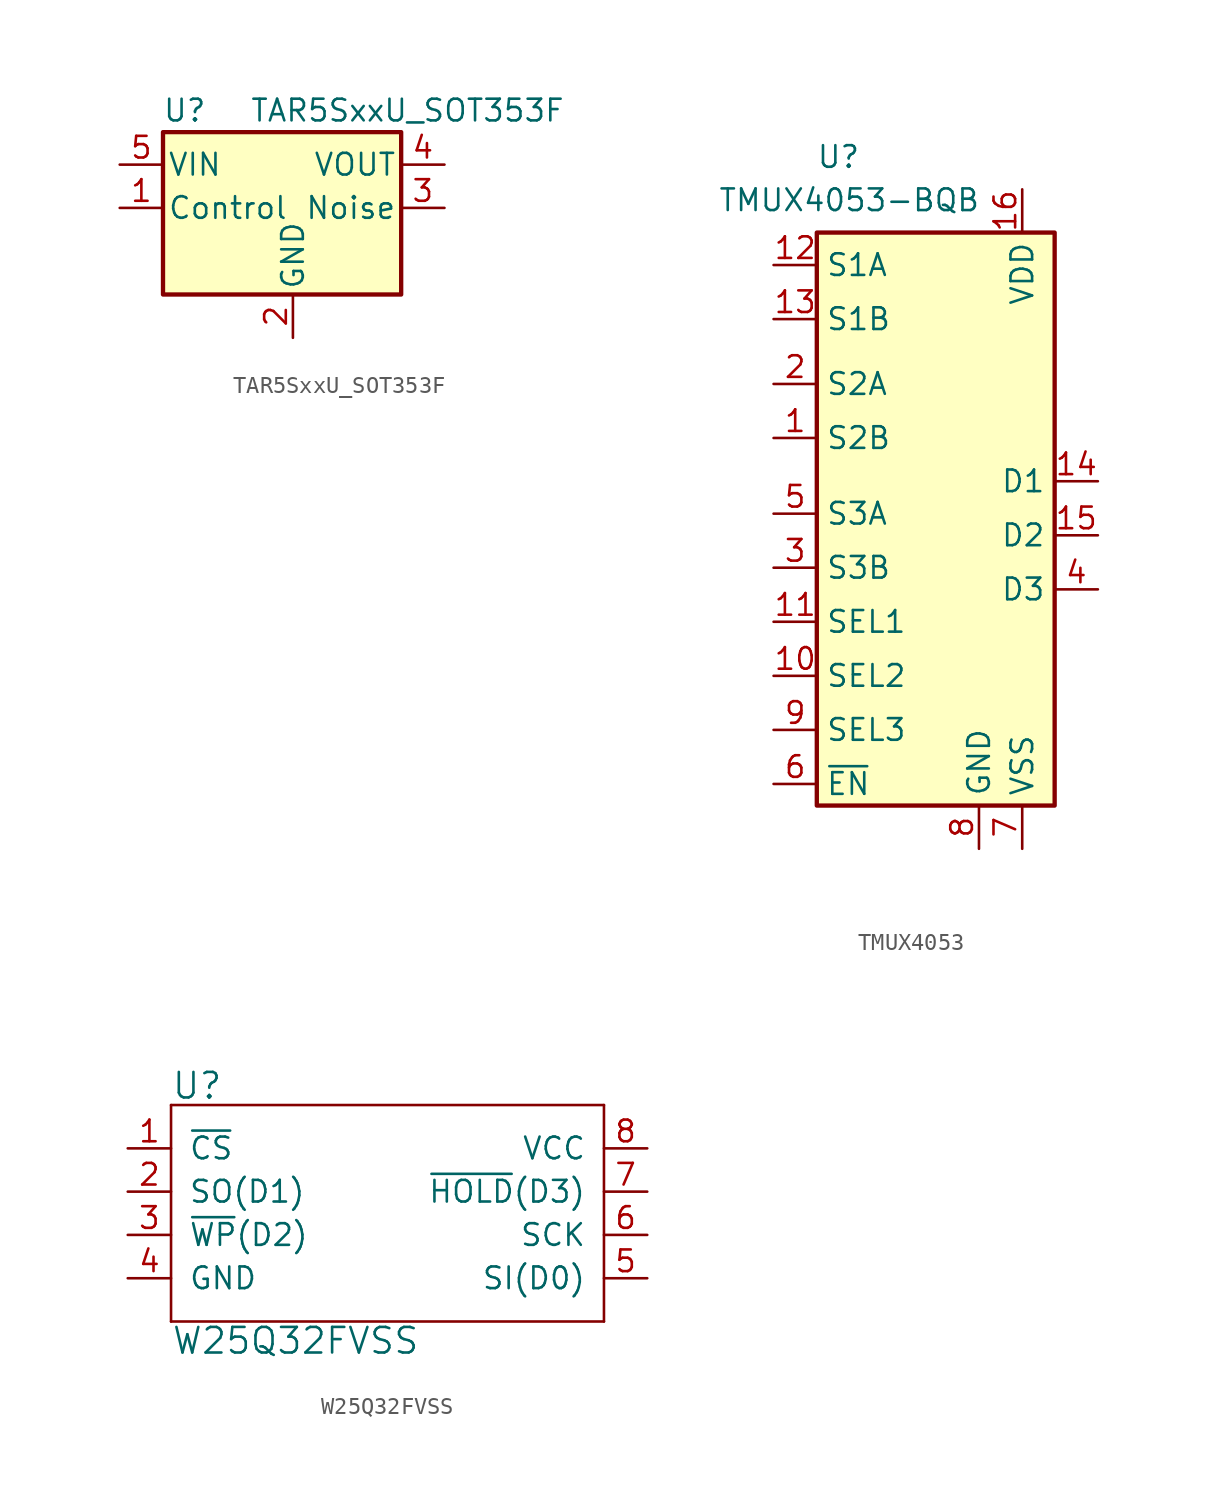
<source format=kicad_sym>
(kicad_symbol_lib
  (version 20231120)
  (generator "kicad_symbol_editor")
  (generator_version "8.0")
  (symbol "TAR5SxxU_SOT353F"
    (pin_names
      (offset 0.254))
    (property "Reference" "U"
      (at -3.81 5.715 0)
      (effects (font (size 1.27 1.27))))
    (property "Value" "TAR5SxxU_SOT353F"
      (at 0 5.715 0)
      (effects (font (size 1.27 1.27)) (justify left)))
    (symbol "TAR5SxxU_SOT353F_0_1"
      (rectangle (start -5.08 4.445) (end 8.89 -5.08) (stroke (width 0.254) (type default)) (fill (type background))))
    (symbol "TAR5SxxU_SOT353F_1_1"
      (pin input line (at -7.62 0 0) (length 2.54) (name "Control" (effects (font (size 1.27 1.27)))) (number "1" (effects (font (size 1.27 1.27)))))
      (pin power_in line (at 2.54 -7.62 90) (length 2.54) (name "GND" (effects (font (size 1.27 1.27)))) (number "2" (effects (font (size 1.27 1.27)))))
      (pin passive line (at 11.43 0 180) (length 2.54) (name "Noise" (effects (font (size 1.27 1.27)))) (number "3" (effects (font (size 1.27 1.27)))))
      (pin power_out line (at 11.43 2.54 180) (length 2.54) (name "VOUT" (effects (font (size 1.27 1.27)))) (number "4" (effects (font (size 1.27 1.27)))))
      (pin power_in line (at -7.62 2.54 0) (length 2.54) (name "VIN" (effects (font (size 1.27 1.27)))) (number "5" (effects (font (size 1.27 1.27)))))))
  (symbol "TMUX4053"
    (property "Reference" "U"
      (at -5.08 38.1 0)
      (effects (font (size 1.27 1.27))))
    (property "Value" "TMUX4053-BQB"
      (at -4.445 35.56 0)
      (effects (font (size 1.27 1.27))))
    (symbol "TMUX4053_0_1"
      (rectangle (start -6.35 33.655) (end 7.62 0) (stroke (width 0.254) (type default)) (fill (type background))))
    (symbol "TMUX4053_1_1"
      (pin bidirectional line (at -8.89 21.59 0) (length 2.54) (name "S2B" (effects (font (size 1.27 1.27)))) (number "1" (effects (font (size 1.27 1.27)))))
      (pin input line (at -8.89 7.62 0) (length 2.54) (name "SEL2" (effects (font (size 1.27 1.27)))) (number "10" (effects (font (size 1.27 1.27)))))
      (pin input line (at -8.89 10.795 0) (length 2.54) (name "SEL1" (effects (font (size 1.27 1.27)))) (number "11" (effects (font (size 1.27 1.27)))))
      (pin bidirectional line (at -8.89 31.75 0) (length 2.54) (name "S1A" (effects (font (size 1.27 1.27)))) (number "12" (effects (font (size 1.27 1.27)))))
      (pin bidirectional line (at -8.89 28.575 0) (length 2.54) (name "S1B" (effects (font (size 1.27 1.27)))) (number "13" (effects (font (size 1.27 1.27)))))
      (pin bidirectional line (at 10.16 19.05 180) (length 2.54) (name "D1" (effects (font (size 1.27 1.27)))) (number "14" (effects (font (size 1.27 1.27)))))
      (pin bidirectional line (at 10.16 15.875 180) (length 2.54) (name "D2" (effects (font (size 1.27 1.27)))) (number "15" (effects (font (size 1.27 1.27)))))
      (pin power_in line (at 5.715 36.195 270) (length 2.54) (name "VDD" (effects (font (size 1.27 1.27)))) (number "16" (effects (font (size 1.27 1.27)))))
      (pin bidirectional line (at -8.89 24.765 0) (length 2.54) (name "S2A" (effects (font (size 1.27 1.27)))) (number "2" (effects (font (size 1.27 1.27)))))
      (pin bidirectional line (at -8.89 13.97 0) (length 2.54) (name "S3B" (effects (font (size 1.27 1.27)))) (number "3" (effects (font (size 1.27 1.27)))))
      (pin bidirectional line (at 10.16 12.7 180) (length 2.54) (name "D3" (effects (font (size 1.27 1.27)))) (number "4" (effects (font (size 1.27 1.27)))))
      (pin bidirectional line (at -8.89 17.145 0) (length 2.54) (name "S3A" (effects (font (size 1.27 1.27)))) (number "5" (effects (font (size 1.27 1.27)))))
      (pin input line (at -8.89 1.27 0) (length 2.54) (name "~{EN}" (effects (font (size 1.27 1.27)))) (number "6" (effects (font (size 1.27 1.27)))))
      (pin power_in line (at 5.715 -2.54 90) (length 2.54) (name "VSS" (effects (font (size 1.27 1.27)))) (number "7" (effects (font (size 1.27 1.27)))))
      (pin power_in line (at 3.175 -2.54 90) (length 2.54) (name "GND" (effects (font (size 1.27 1.27)))) (number "8" (effects (font (size 1.27 1.27)))))
      (pin input line (at -8.89 4.445 0) (length 2.54) (name "SEL3" (effects (font (size 1.27 1.27)))) (number "9" (effects (font (size 1.27 1.27)))))))
  (symbol "W25Q32FVSS"
    (pin_names
      (offset 1.016))
    (property "Reference" "U"
      (at -12.7 5.334 0)
      (effects (font (size 1.499 1.499)) (justify left bottom)))
    (property "Value" "W25Q32FVSS"
      (at -12.7 -7.874 0)
      (effects (font (size 1.499 1.499)) (justify left top)))
    (property "ki_locked" ""
      (at 0 0 0)
      (effects (font (size 1.27 1.27))))
    (symbol "W25Q32FVSS_1_0"
      (polyline (pts (xy -12.7 -7.62) (xy -12.7 5.08)) (stroke (width 0) (type default)) (fill (type none)))
      (polyline (pts (xy -12.7 5.08) (xy 12.7 5.08)) (stroke (width 0) (type default)) (fill (type none)))
      (polyline (pts (xy 12.7 -7.62) (xy -12.7 -7.62)) (stroke (width 0) (type default)) (fill (type none)))
      (polyline (pts (xy 12.7 5.08) (xy 12.7 -7.62)) (stroke (width 0) (type default)) (fill (type none)))
      (pin input line (at -15.24 2.54 0) (length 2.54) (name "~{CS}" (effects (font (size 1.27 1.27)))) (number "1" (effects (font (size 1.27 1.27)))))
      (pin output line (at -15.24 0 0) (length 2.54) (name "SO(D1)" (effects (font (size 1.27 1.27)))) (number "2" (effects (font (size 1.27 1.27)))))
      (pin input line (at -15.24 -2.54 0) (length 2.54) (name "~{WP}(D2)" (effects (font (size 1.27 1.27)))) (number "3" (effects (font (size 1.27 1.27)))))
      (pin power_in line (at -15.24 -5.08 0) (length 2.54) (name "GND" (effects (font (size 1.27 1.27)))) (number "4" (effects (font (size 1.27 1.27)))))
      (pin input line (at 15.24 -5.08 180) (length 2.54) (name "SI(D0)" (effects (font (size 1.27 1.27)))) (number "5" (effects (font (size 1.27 1.27)))))
      (pin input line (at 15.24 -2.54 180) (length 2.54) (name "SCK" (effects (font (size 1.27 1.27)))) (number "6" (effects (font (size 1.27 1.27)))))
      (pin input line (at 15.24 0 180) (length 2.54) (name "~{HOLD}(D3)" (effects (font (size 1.27 1.27)))) (number "7" (effects (font (size 1.27 1.27)))))
      (pin power_in line (at 15.24 2.54 180) (length 2.54) (name "VCC" (effects (font (size 1.27 1.27)))) (number "8" (effects (font (size 1.27 1.27))))))))
</source>
